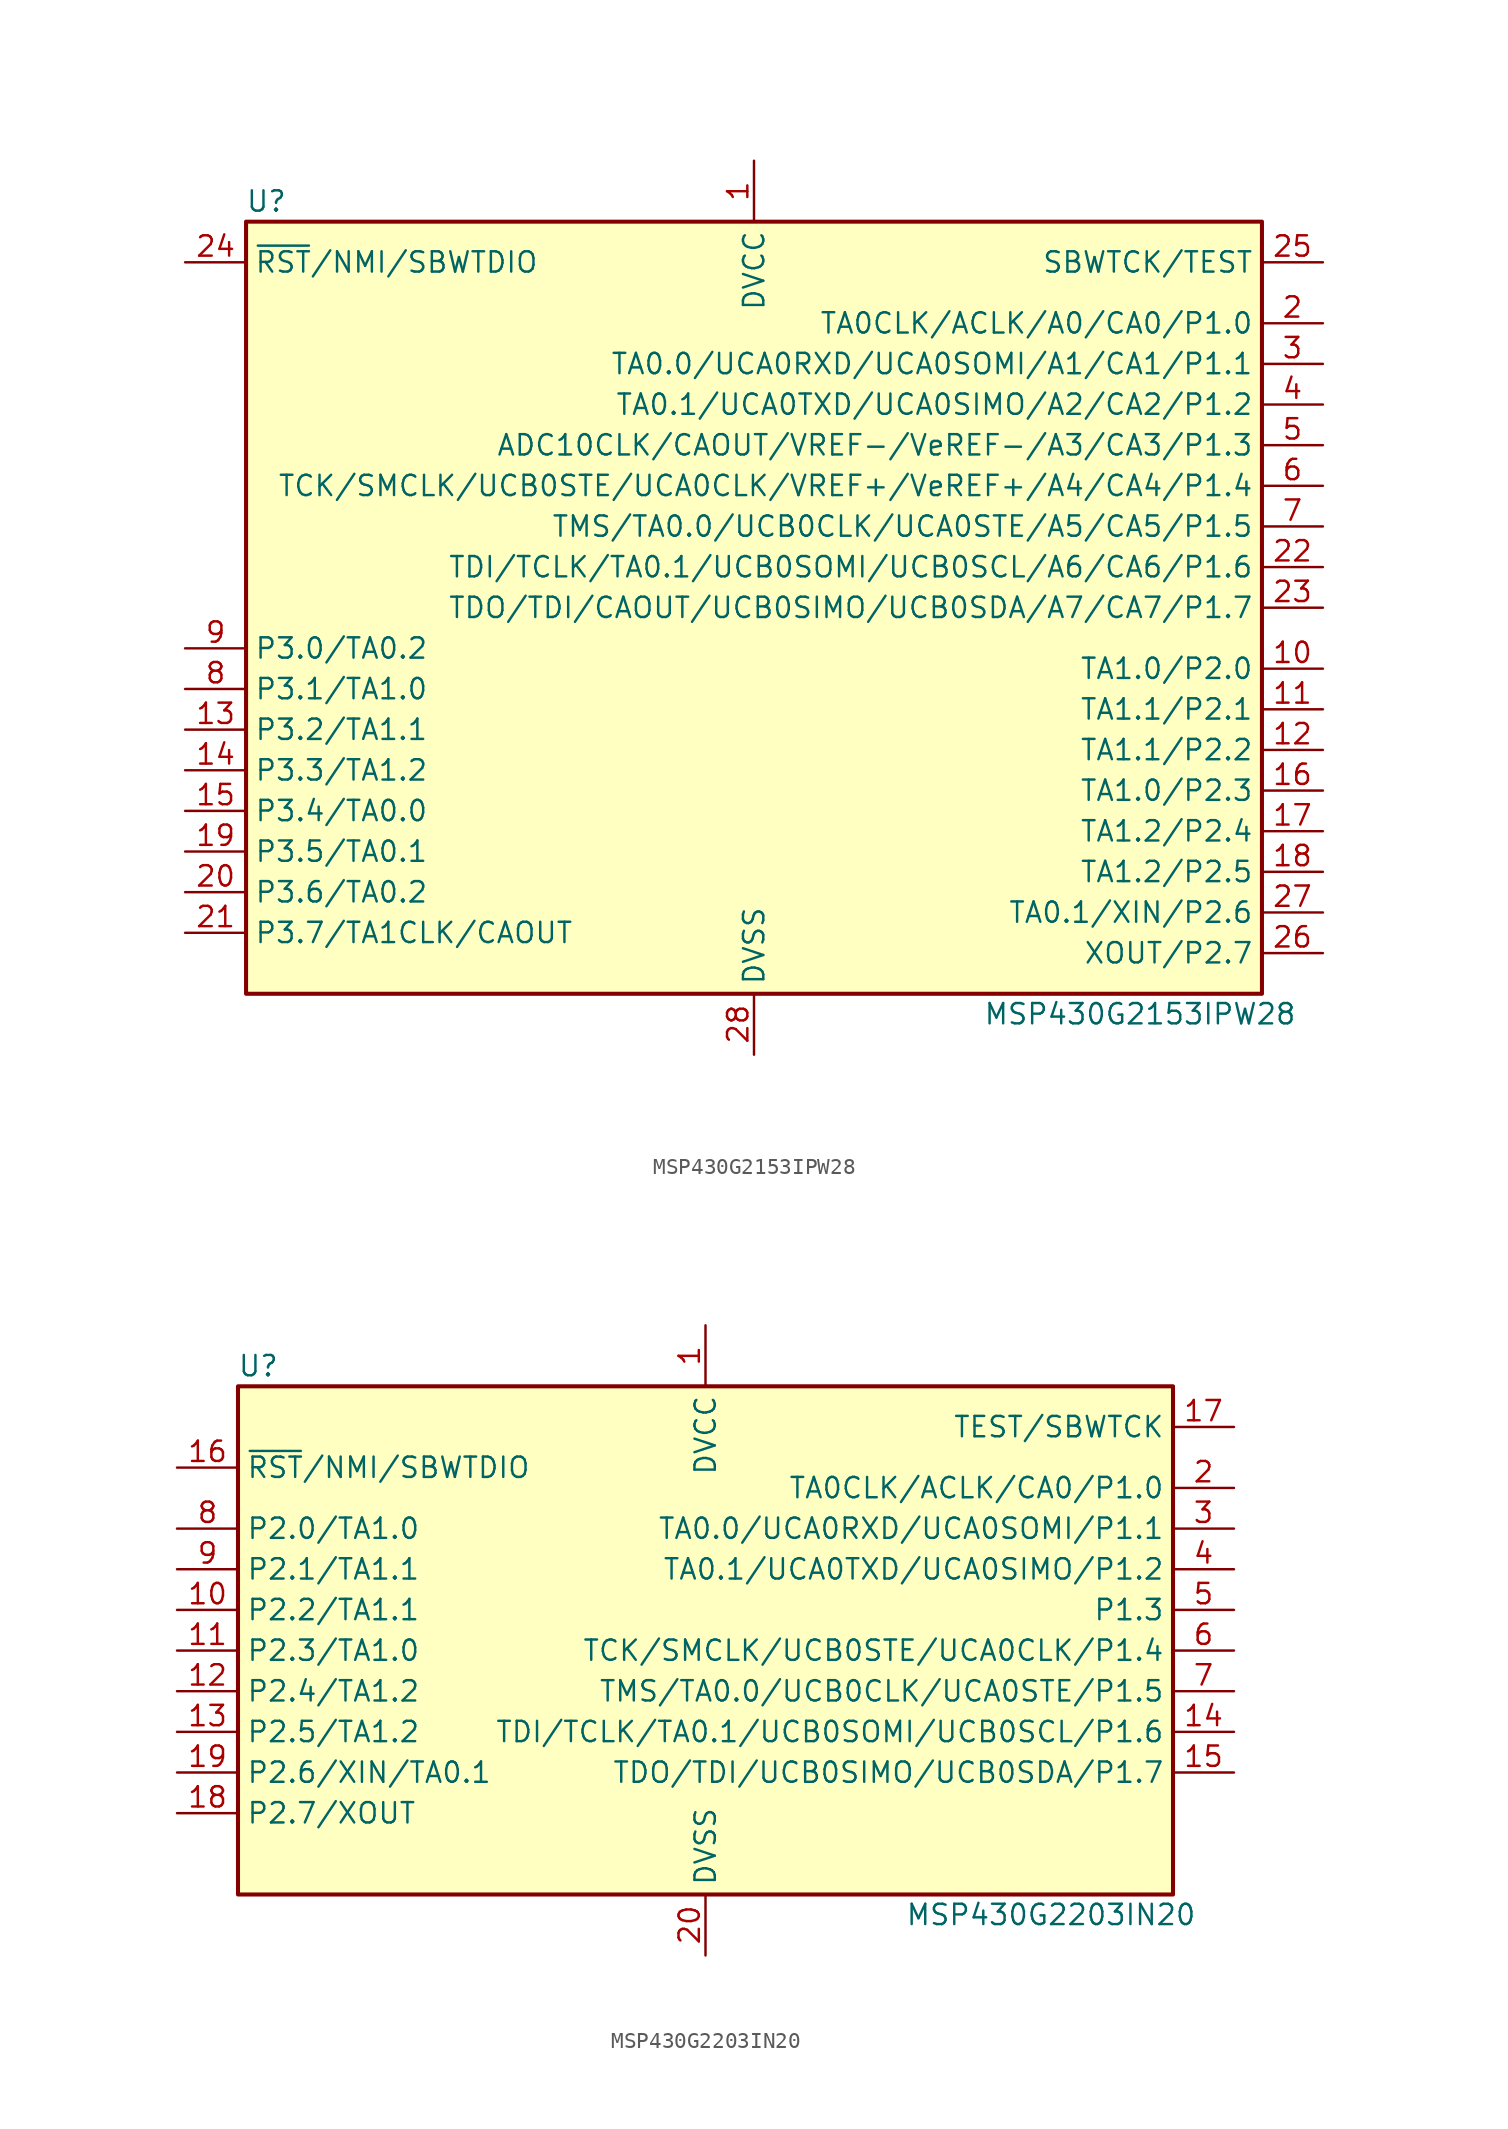
<source format=kicad_sym>
(kicad_symbol_lib
  (version 20220914)
  (generator kicad_symbol_editor)
  (symbol "MSP430G2153IPW28"
    (property "Reference" "U"
      (at -30.48 25.4 0)
      (effects (font (size 1.27 1.27))))
    (property "Value" "MSP430G2153IPW28"
      (at 24.13 -25.4 0)
      (effects (font (size 1.27 1.27))))
    (symbol "MSP430G2153IPW28_0_1"
      (rectangle (start -31.75 24.13) (end 31.75 -24.13) (stroke (width 0.254) (type default)) (fill (type background))))
    (symbol "MSP430G2153IPW28_1_1"
      (pin power_in line (at 0 27.94 270) (length 3.81) (name "DVCC" (effects (font (size 1.27 1.27)))) (number "1" (effects (font (size 1.27 1.27)))))
      (pin bidirectional line (at 35.56 -3.81 180) (length 3.81) (name "TA1.0/P2.0" (effects (font (size 1.27 1.27)))) (number "10" (effects (font (size 1.27 1.27)))))
      (pin bidirectional line (at 35.56 -6.35 180) (length 3.81) (name "TA1.1/P2.1" (effects (font (size 1.27 1.27)))) (number "11" (effects (font (size 1.27 1.27)))))
      (pin bidirectional line (at 35.56 -8.89 180) (length 3.81) (name "TA1.1/P2.2" (effects (font (size 1.27 1.27)))) (number "12" (effects (font (size 1.27 1.27)))))
      (pin bidirectional line (at -35.56 -7.62 0) (length 3.81) (name "P3.2/TA1.1" (effects (font (size 1.27 1.27)))) (number "13" (effects (font (size 1.27 1.27)))))
      (pin bidirectional line (at -35.56 -10.16 0) (length 3.81) (name "P3.3/TA1.2" (effects (font (size 1.27 1.27)))) (number "14" (effects (font (size 1.27 1.27)))))
      (pin bidirectional line (at -35.56 -12.7 0) (length 3.81) (name "P3.4/TA0.0" (effects (font (size 1.27 1.27)))) (number "15" (effects (font (size 1.27 1.27)))))
      (pin bidirectional line (at 35.56 -11.43 180) (length 3.81) (name "TA1.0/P2.3" (effects (font (size 1.27 1.27)))) (number "16" (effects (font (size 1.27 1.27)))))
      (pin bidirectional line (at 35.56 -13.97 180) (length 3.81) (name "TA1.2/P2.4" (effects (font (size 1.27 1.27)))) (number "17" (effects (font (size 1.27 1.27)))))
      (pin bidirectional line (at 35.56 -16.51 180) (length 3.81) (name "TA1.2/P2.5" (effects (font (size 1.27 1.27)))) (number "18" (effects (font (size 1.27 1.27)))))
      (pin bidirectional line (at -35.56 -15.24 0) (length 3.81) (name "P3.5/TA0.1" (effects (font (size 1.27 1.27)))) (number "19" (effects (font (size 1.27 1.27)))))
      (pin bidirectional line (at 35.56 17.78 180) (length 3.81) (name "TA0CLK/ACLK/A0/CA0/P1.0" (effects (font (size 1.27 1.27)))) (number "2" (effects (font (size 1.27 1.27)))))
      (pin bidirectional line (at -35.56 -17.78 0) (length 3.81) (name "P3.6/TA0.2" (effects (font (size 1.27 1.27)))) (number "20" (effects (font (size 1.27 1.27)))))
      (pin bidirectional line (at -35.56 -20.32 0) (length 3.81) (name "P3.7/TA1CLK/CAOUT" (effects (font (size 1.27 1.27)))) (number "21" (effects (font (size 1.27 1.27)))))
      (pin bidirectional line (at 35.56 2.54 180) (length 3.81) (name "TDI/TCLK/TA0.1/UCB0SOMI/UCB0SCL/A6/CA6/P1.6" (effects (font (size 1.27 1.27)))) (number "22" (effects (font (size 1.27 1.27)))))
      (pin bidirectional line (at 35.56 0 180) (length 3.81) (name "TDO/TDI/CAOUT/UCB0SIMO/UCB0SDA/A7/CA7/P1.7" (effects (font (size 1.27 1.27)))) (number "23" (effects (font (size 1.27 1.27)))))
      (pin input line (at -35.56 21.59 0) (length 3.81) (name "~{RST}/NMI/SBWTDIO" (effects (font (size 1.27 1.27)))) (number "24" (effects (font (size 1.27 1.27)))))
      (pin input line (at 35.56 21.59 180) (length 3.81) (name "SBWTCK/TEST" (effects (font (size 1.27 1.27)))) (number "25" (effects (font (size 1.27 1.27)))))
      (pin bidirectional line (at 35.56 -21.59 180) (length 3.81) (name "XOUT/P2.7" (effects (font (size 1.27 1.27)))) (number "26" (effects (font (size 1.27 1.27)))))
      (pin bidirectional line (at 35.56 -19.05 180) (length 3.81) (name "TA0.1/XIN/P2.6" (effects (font (size 1.27 1.27)))) (number "27" (effects (font (size 1.27 1.27)))))
      (pin power_in line (at 0 -27.94 90) (length 3.81) (name "DVSS" (effects (font (size 1.27 1.27)))) (number "28" (effects (font (size 1.27 1.27)))))
      (pin bidirectional line (at 35.56 15.24 180) (length 3.81) (name "TA0.0/UCA0RXD/UCA0SOMI/A1/CA1/P1.1" (effects (font (size 1.27 1.27)))) (number "3" (effects (font (size 1.27 1.27)))))
      (pin bidirectional line (at 35.56 12.7 180) (length 3.81) (name "TA0.1/UCA0TXD/UCA0SIMO/A2/CA2/P1.2" (effects (font (size 1.27 1.27)))) (number "4" (effects (font (size 1.27 1.27)))))
      (pin bidirectional line (at 35.56 10.16 180) (length 3.81) (name "ADC10CLK/CAOUT/VREF-/VeREF-/A3/CA3/P1.3" (effects (font (size 1.27 1.27)))) (number "5" (effects (font (size 1.27 1.27)))))
      (pin bidirectional line (at 35.56 7.62 180) (length 3.81) (name "TCK/SMCLK/UCB0STE/UCA0CLK/VREF+/VeREF+/A4/CA4/P1.4" (effects (font (size 1.27 1.27)))) (number "6" (effects (font (size 1.27 1.27)))))
      (pin bidirectional line (at 35.56 5.08 180) (length 3.81) (name "TMS/TA0.0/UCB0CLK/UCA0STE/A5/CA5/P1.5" (effects (font (size 1.27 1.27)))) (number "7" (effects (font (size 1.27 1.27)))))
      (pin bidirectional line (at -35.56 -5.08 0) (length 3.81) (name "P3.1/TA1.0" (effects (font (size 1.27 1.27)))) (number "8" (effects (font (size 1.27 1.27)))))
      (pin bidirectional line (at -35.56 -2.54 0) (length 3.81) (name "P3.0/TA0.2" (effects (font (size 1.27 1.27)))) (number "9" (effects (font (size 1.27 1.27)))))))
  (symbol "MSP430G2203IN20"
    (property "Reference" "U"
      (at -27.94 17.78 0)
      (effects (font (size 1.27 1.27))))
    (property "Value" "MSP430G2203IN20"
      (at 21.59 -16.51 0)
      (effects (font (size 1.27 1.27))))
    (symbol "MSP430G2203IN20_0_1"
      (rectangle (start -29.21 16.51) (end 29.21 -15.24) (stroke (width 0.254) (type default)) (fill (type background))))
    (symbol "MSP430G2203IN20_1_1"
      (pin power_in line (at 0 20.32 270) (length 3.81) (name "DVCC" (effects (font (size 1.27 1.27)))) (number "1" (effects (font (size 1.27 1.27)))))
      (pin bidirectional line (at -33.02 2.54 0) (length 3.81) (name "P2.2/TA1.1" (effects (font (size 1.27 1.27)))) (number "10" (effects (font (size 1.27 1.27)))))
      (pin bidirectional line (at -33.02 0 0) (length 3.81) (name "P2.3/TA1.0" (effects (font (size 1.27 1.27)))) (number "11" (effects (font (size 1.27 1.27)))))
      (pin bidirectional line (at -33.02 -2.54 0) (length 3.81) (name "P2.4/TA1.2" (effects (font (size 1.27 1.27)))) (number "12" (effects (font (size 1.27 1.27)))))
      (pin bidirectional line (at -33.02 -5.08 0) (length 3.81) (name "P2.5/TA1.2" (effects (font (size 1.27 1.27)))) (number "13" (effects (font (size 1.27 1.27)))))
      (pin bidirectional line (at 33.02 -5.08 180) (length 3.81) (name "TDI/TCLK/TA0.1/UCB0SOMI/UCB0SCL/P1.6" (effects (font (size 1.27 1.27)))) (number "14" (effects (font (size 1.27 1.27)))))
      (pin bidirectional line (at 33.02 -7.62 180) (length 3.81) (name "TDO/TDI/UCB0SIMO/UCB0SDA/P1.7" (effects (font (size 1.27 1.27)))) (number "15" (effects (font (size 1.27 1.27)))))
      (pin input line (at -33.02 11.43 0) (length 3.81) (name "~{RST}/NMI/SBWTDIO" (effects (font (size 1.27 1.27)))) (number "16" (effects (font (size 1.27 1.27)))))
      (pin input line (at 33.02 13.97 180) (length 3.81) (name "TEST/SBWTCK" (effects (font (size 1.27 1.27)))) (number "17" (effects (font (size 1.27 1.27)))))
      (pin bidirectional line (at -33.02 -10.16 0) (length 3.81) (name "P2.7/XOUT" (effects (font (size 1.27 1.27)))) (number "18" (effects (font (size 1.27 1.27)))))
      (pin bidirectional line (at -33.02 -7.62 0) (length 3.81) (name "P2.6/XIN/TA0.1" (effects (font (size 1.27 1.27)))) (number "19" (effects (font (size 1.27 1.27)))))
      (pin bidirectional line (at 33.02 10.16 180) (length 3.81) (name "TA0CLK/ACLK/CA0/P1.0" (effects (font (size 1.27 1.27)))) (number "2" (effects (font (size 1.27 1.27)))))
      (pin power_in line (at 0 -19.05 90) (length 3.81) (name "DVSS" (effects (font (size 1.27 1.27)))) (number "20" (effects (font (size 1.27 1.27)))))
      (pin bidirectional line (at 33.02 7.62 180) (length 3.81) (name "TA0.0/UCA0RXD/UCA0SOMI/P1.1" (effects (font (size 1.27 1.27)))) (number "3" (effects (font (size 1.27 1.27)))))
      (pin bidirectional line (at 33.02 5.08 180) (length 3.81) (name "TA0.1/UCA0TXD/UCA0SIMO/P1.2" (effects (font (size 1.27 1.27)))) (number "4" (effects (font (size 1.27 1.27)))))
      (pin bidirectional line (at 33.02 2.54 180) (length 3.81) (name "P1.3" (effects (font (size 1.27 1.27)))) (number "5" (effects (font (size 1.27 1.27)))))
      (pin bidirectional line (at 33.02 0 180) (length 3.81) (name "TCK/SMCLK/UCB0STE/UCA0CLK/P1.4" (effects (font (size 1.27 1.27)))) (number "6" (effects (font (size 1.27 1.27)))))
      (pin bidirectional line (at 33.02 -2.54 180) (length 3.81) (name "TMS/TA0.0/UCB0CLK/UCA0STE/P1.5" (effects (font (size 1.27 1.27)))) (number "7" (effects (font (size 1.27 1.27)))))
      (pin bidirectional line (at -33.02 7.62 0) (length 3.81) (name "P2.0/TA1.0" (effects (font (size 1.27 1.27)))) (number "8" (effects (font (size 1.27 1.27)))))
      (pin bidirectional line (at -33.02 5.08 0) (length 3.81) (name "P2.1/TA1.1" (effects (font (size 1.27 1.27)))) (number "9" (effects (font (size 1.27 1.27))))))))
</source>
